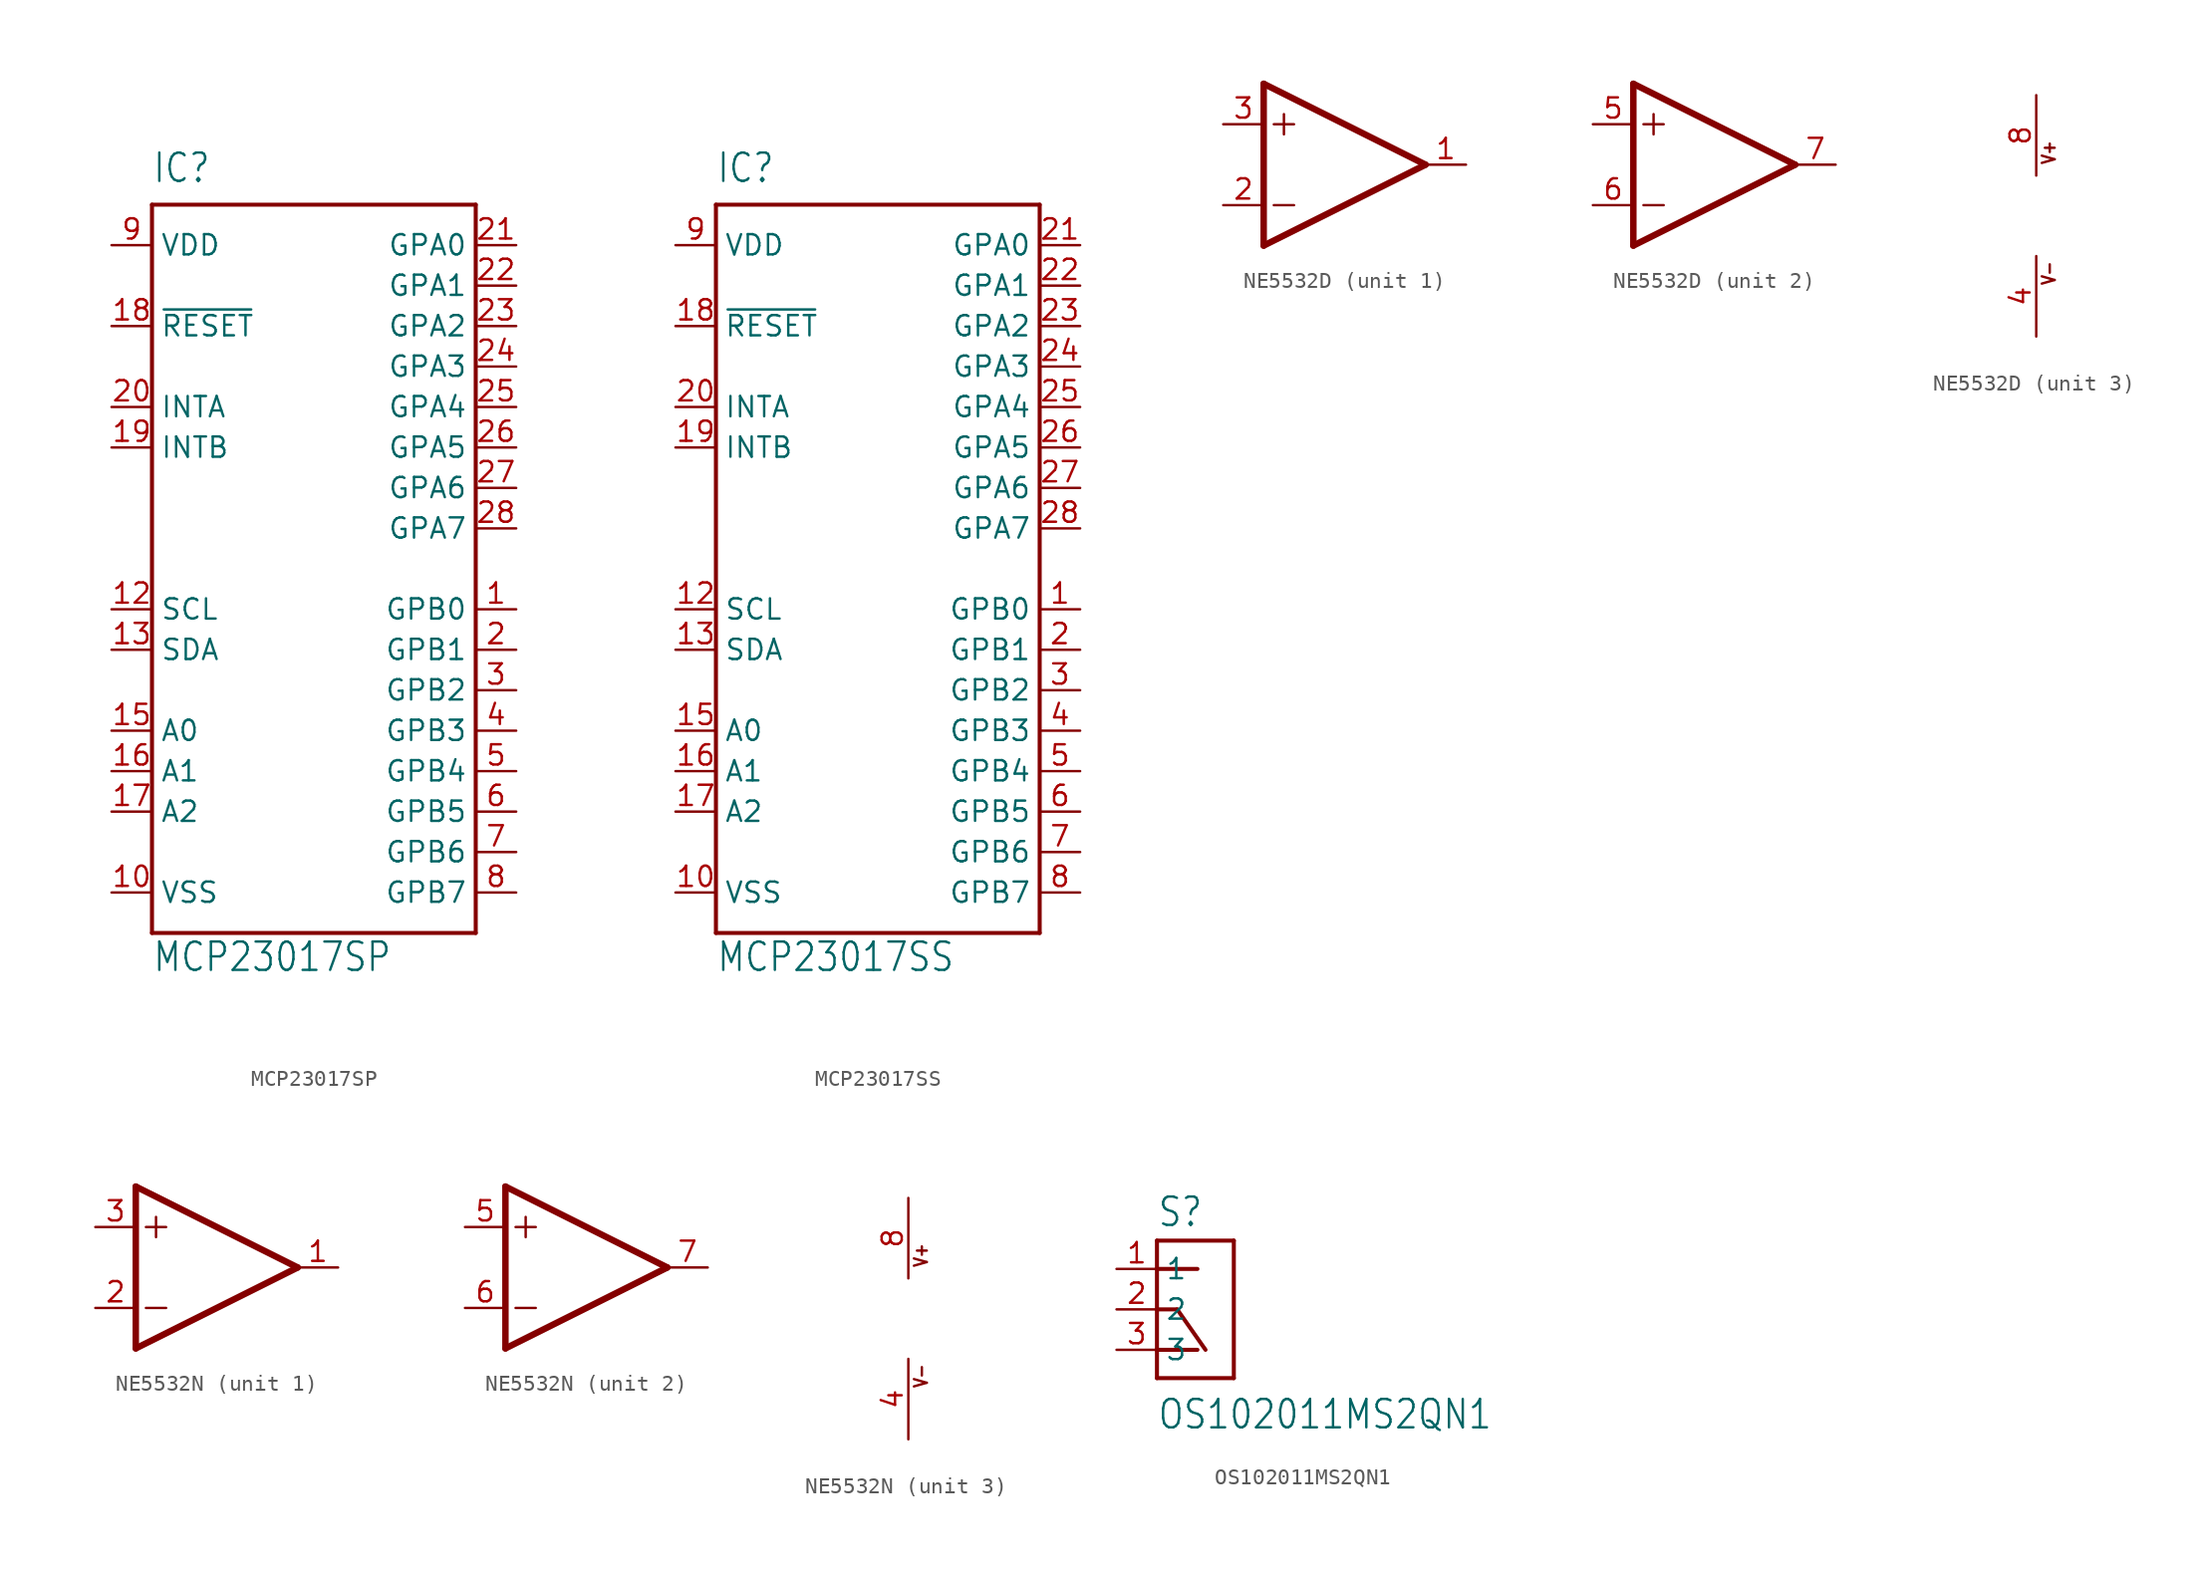
<source format=kicad_sym>
(kicad_symbol_lib
  (version 20211014)
  (generator kicad_symbol_editor)
  (symbol "MCP23017SP"
    (property "Reference" "IC"
      (at -10.16 24.13 0)
      (effects (font (size 1.778 1.511)) (justify left bottom)))
    (property "Value" "MCP23017SP"
      (at -10.16 -25.4 0)
      (effects (font (size 1.778 1.511)) (justify left bottom)))
    (property "ki_locked" ""
      (at 0 0 0)
      (effects (font (size 1.27 1.27))))
    (symbol "MCP23017SP_1_0"
      (polyline (pts (xy -10.16 -22.86) (xy -10.16 22.86)) (stroke (width 0.254) (type default) (color 0 0 0 0)) (fill (type none)))
      (polyline (pts (xy -10.16 22.86) (xy 10.16 22.86)) (stroke (width 0.254) (type default) (color 0 0 0 0)) (fill (type none)))
      (polyline (pts (xy 10.16 -22.86) (xy -10.16 -22.86)) (stroke (width 0.254) (type default) (color 0 0 0 0)) (fill (type none)))
      (polyline (pts (xy 10.16 22.86) (xy 10.16 -22.86)) (stroke (width 0.254) (type default) (color 0 0 0 0)) (fill (type none)))
      (pin bidirectional line (at 12.7 -2.54 180) (length 2.54) (name "GPB0" (effects (font (size 1.27 1.27)))) (number "1" (effects (font (size 1.27 1.27)))))
      (pin power_in line (at -12.7 -20.32 0) (length 2.54) (name "VSS" (effects (font (size 1.27 1.27)))) (number "10" (effects (font (size 1.27 1.27)))))
      (pin input line (at -12.7 -2.54 0) (length 2.54) (name "SCL" (effects (font (size 1.27 1.27)))) (number "12" (effects (font (size 1.27 1.27)))))
      (pin bidirectional line (at -12.7 -5.08 0) (length 2.54) (name "SDA" (effects (font (size 1.27 1.27)))) (number "13" (effects (font (size 1.27 1.27)))))
      (pin input line (at -12.7 -10.16 0) (length 2.54) (name "A0" (effects (font (size 1.27 1.27)))) (number "15" (effects (font (size 1.27 1.27)))))
      (pin input line (at -12.7 -12.7 0) (length 2.54) (name "A1" (effects (font (size 1.27 1.27)))) (number "16" (effects (font (size 1.27 1.27)))))
      (pin input line (at -12.7 -15.24 0) (length 2.54) (name "A2" (effects (font (size 1.27 1.27)))) (number "17" (effects (font (size 1.27 1.27)))))
      (pin input line (at -12.7 15.24 0) (length 2.54) (name "~{RESET}" (effects (font (size 1.27 1.27)))) (number "18" (effects (font (size 1.27 1.27)))))
      (pin output line (at -12.7 7.62 0) (length 2.54) (name "INTB" (effects (font (size 1.27 1.27)))) (number "19" (effects (font (size 1.27 1.27)))))
      (pin bidirectional line (at 12.7 -5.08 180) (length 2.54) (name "GPB1" (effects (font (size 1.27 1.27)))) (number "2" (effects (font (size 1.27 1.27)))))
      (pin output line (at -12.7 10.16 0) (length 2.54) (name "INTA" (effects (font (size 1.27 1.27)))) (number "20" (effects (font (size 1.27 1.27)))))
      (pin bidirectional line (at 12.7 20.32 180) (length 2.54) (name "GPA0" (effects (font (size 1.27 1.27)))) (number "21" (effects (font (size 1.27 1.27)))))
      (pin bidirectional line (at 12.7 17.78 180) (length 2.54) (name "GPA1" (effects (font (size 1.27 1.27)))) (number "22" (effects (font (size 1.27 1.27)))))
      (pin bidirectional line (at 12.7 15.24 180) (length 2.54) (name "GPA2" (effects (font (size 1.27 1.27)))) (number "23" (effects (font (size 1.27 1.27)))))
      (pin bidirectional line (at 12.7 12.7 180) (length 2.54) (name "GPA3" (effects (font (size 1.27 1.27)))) (number "24" (effects (font (size 1.27 1.27)))))
      (pin bidirectional line (at 12.7 10.16 180) (length 2.54) (name "GPA4" (effects (font (size 1.27 1.27)))) (number "25" (effects (font (size 1.27 1.27)))))
      (pin bidirectional line (at 12.7 7.62 180) (length 2.54) (name "GPA5" (effects (font (size 1.27 1.27)))) (number "26" (effects (font (size 1.27 1.27)))))
      (pin bidirectional line (at 12.7 5.08 180) (length 2.54) (name "GPA6" (effects (font (size 1.27 1.27)))) (number "27" (effects (font (size 1.27 1.27)))))
      (pin bidirectional line (at 12.7 2.54 180) (length 2.54) (name "GPA7" (effects (font (size 1.27 1.27)))) (number "28" (effects (font (size 1.27 1.27)))))
      (pin bidirectional line (at 12.7 -7.62 180) (length 2.54) (name "GPB2" (effects (font (size 1.27 1.27)))) (number "3" (effects (font (size 1.27 1.27)))))
      (pin bidirectional line (at 12.7 -10.16 180) (length 2.54) (name "GPB3" (effects (font (size 1.27 1.27)))) (number "4" (effects (font (size 1.27 1.27)))))
      (pin bidirectional line (at 12.7 -12.7 180) (length 2.54) (name "GPB4" (effects (font (size 1.27 1.27)))) (number "5" (effects (font (size 1.27 1.27)))))
      (pin bidirectional line (at 12.7 -15.24 180) (length 2.54) (name "GPB5" (effects (font (size 1.27 1.27)))) (number "6" (effects (font (size 1.27 1.27)))))
      (pin bidirectional line (at 12.7 -17.78 180) (length 2.54) (name "GPB6" (effects (font (size 1.27 1.27)))) (number "7" (effects (font (size 1.27 1.27)))))
      (pin bidirectional line (at 12.7 -20.32 180) (length 2.54) (name "GPB7" (effects (font (size 1.27 1.27)))) (number "8" (effects (font (size 1.27 1.27)))))
      (pin power_in line (at -12.7 20.32 0) (length 2.54) (name "VDD" (effects (font (size 1.27 1.27)))) (number "9" (effects (font (size 1.27 1.27)))))))
  (symbol "MCP23017SS"
    (property "Reference" "IC"
      (at -10.16 24.13 0)
      (effects (font (size 1.778 1.511)) (justify left bottom)))
    (property "Value" "MCP23017SS"
      (at -10.16 -25.4 0)
      (effects (font (size 1.778 1.511)) (justify left bottom)))
    (property "ki_locked" ""
      (at 0 0 0)
      (effects (font (size 1.27 1.27))))
    (symbol "MCP23017SS_1_0"
      (polyline (pts (xy -10.16 -22.86) (xy -10.16 22.86)) (stroke (width 0.254) (type default) (color 0 0 0 0)) (fill (type none)))
      (polyline (pts (xy -10.16 22.86) (xy 10.16 22.86)) (stroke (width 0.254) (type default) (color 0 0 0 0)) (fill (type none)))
      (polyline (pts (xy 10.16 -22.86) (xy -10.16 -22.86)) (stroke (width 0.254) (type default) (color 0 0 0 0)) (fill (type none)))
      (polyline (pts (xy 10.16 22.86) (xy 10.16 -22.86)) (stroke (width 0.254) (type default) (color 0 0 0 0)) (fill (type none)))
      (pin bidirectional line (at 12.7 -2.54 180) (length 2.54) (name "GPB0" (effects (font (size 1.27 1.27)))) (number "1" (effects (font (size 1.27 1.27)))))
      (pin power_in line (at -12.7 -20.32 0) (length 2.54) (name "VSS" (effects (font (size 1.27 1.27)))) (number "10" (effects (font (size 1.27 1.27)))))
      (pin input line (at -12.7 -2.54 0) (length 2.54) (name "SCL" (effects (font (size 1.27 1.27)))) (number "12" (effects (font (size 1.27 1.27)))))
      (pin bidirectional line (at -12.7 -5.08 0) (length 2.54) (name "SDA" (effects (font (size 1.27 1.27)))) (number "13" (effects (font (size 1.27 1.27)))))
      (pin input line (at -12.7 -10.16 0) (length 2.54) (name "A0" (effects (font (size 1.27 1.27)))) (number "15" (effects (font (size 1.27 1.27)))))
      (pin input line (at -12.7 -12.7 0) (length 2.54) (name "A1" (effects (font (size 1.27 1.27)))) (number "16" (effects (font (size 1.27 1.27)))))
      (pin input line (at -12.7 -15.24 0) (length 2.54) (name "A2" (effects (font (size 1.27 1.27)))) (number "17" (effects (font (size 1.27 1.27)))))
      (pin input line (at -12.7 15.24 0) (length 2.54) (name "~{RESET}" (effects (font (size 1.27 1.27)))) (number "18" (effects (font (size 1.27 1.27)))))
      (pin output line (at -12.7 7.62 0) (length 2.54) (name "INTB" (effects (font (size 1.27 1.27)))) (number "19" (effects (font (size 1.27 1.27)))))
      (pin bidirectional line (at 12.7 -5.08 180) (length 2.54) (name "GPB1" (effects (font (size 1.27 1.27)))) (number "2" (effects (font (size 1.27 1.27)))))
      (pin output line (at -12.7 10.16 0) (length 2.54) (name "INTA" (effects (font (size 1.27 1.27)))) (number "20" (effects (font (size 1.27 1.27)))))
      (pin bidirectional line (at 12.7 20.32 180) (length 2.54) (name "GPA0" (effects (font (size 1.27 1.27)))) (number "21" (effects (font (size 1.27 1.27)))))
      (pin bidirectional line (at 12.7 17.78 180) (length 2.54) (name "GPA1" (effects (font (size 1.27 1.27)))) (number "22" (effects (font (size 1.27 1.27)))))
      (pin bidirectional line (at 12.7 15.24 180) (length 2.54) (name "GPA2" (effects (font (size 1.27 1.27)))) (number "23" (effects (font (size 1.27 1.27)))))
      (pin bidirectional line (at 12.7 12.7 180) (length 2.54) (name "GPA3" (effects (font (size 1.27 1.27)))) (number "24" (effects (font (size 1.27 1.27)))))
      (pin bidirectional line (at 12.7 10.16 180) (length 2.54) (name "GPA4" (effects (font (size 1.27 1.27)))) (number "25" (effects (font (size 1.27 1.27)))))
      (pin bidirectional line (at 12.7 7.62 180) (length 2.54) (name "GPA5" (effects (font (size 1.27 1.27)))) (number "26" (effects (font (size 1.27 1.27)))))
      (pin bidirectional line (at 12.7 5.08 180) (length 2.54) (name "GPA6" (effects (font (size 1.27 1.27)))) (number "27" (effects (font (size 1.27 1.27)))))
      (pin bidirectional line (at 12.7 2.54 180) (length 2.54) (name "GPA7" (effects (font (size 1.27 1.27)))) (number "28" (effects (font (size 1.27 1.27)))))
      (pin bidirectional line (at 12.7 -7.62 180) (length 2.54) (name "GPB2" (effects (font (size 1.27 1.27)))) (number "3" (effects (font (size 1.27 1.27)))))
      (pin bidirectional line (at 12.7 -10.16 180) (length 2.54) (name "GPB3" (effects (font (size 1.27 1.27)))) (number "4" (effects (font (size 1.27 1.27)))))
      (pin bidirectional line (at 12.7 -12.7 180) (length 2.54) (name "GPB4" (effects (font (size 1.27 1.27)))) (number "5" (effects (font (size 1.27 1.27)))))
      (pin bidirectional line (at 12.7 -15.24 180) (length 2.54) (name "GPB5" (effects (font (size 1.27 1.27)))) (number "6" (effects (font (size 1.27 1.27)))))
      (pin bidirectional line (at 12.7 -17.78 180) (length 2.54) (name "GPB6" (effects (font (size 1.27 1.27)))) (number "7" (effects (font (size 1.27 1.27)))))
      (pin bidirectional line (at 12.7 -20.32 180) (length 2.54) (name "GPB7" (effects (font (size 1.27 1.27)))) (number "8" (effects (font (size 1.27 1.27)))))
      (pin power_in line (at -12.7 20.32 0) (length 2.54) (name "VDD" (effects (font (size 1.27 1.27)))) (number "9" (effects (font (size 1.27 1.27)))))))
  (symbol "NE5532D"
    (property "Reference" "IC"
      (at 2.54 3.175 0)
      (effects (font (size 1.778 1.511)) (justify left bottom) hide))
    (property "ki_locked" ""
      (at 0 0 0)
      (effects (font (size 1.27 1.27))))
    (symbol "NE5532D_1_0"
      (polyline (pts (xy -5.08 -5.08) (xy 5.08 0)) (stroke (width 0.406) (type default) (color 0 0 0 0)) (fill (type none)))
      (polyline (pts (xy -5.08 5.08) (xy -5.08 -5.08)) (stroke (width 0.406) (type default) (color 0 0 0 0)) (fill (type none)))
      (polyline (pts (xy -4.445 -2.54) (xy -3.175 -2.54)) (stroke (width 0.152) (type default) (color 0 0 0 0)) (fill (type none)))
      (polyline (pts (xy -4.445 2.54) (xy -3.175 2.54)) (stroke (width 0.152) (type default) (color 0 0 0 0)) (fill (type none)))
      (polyline (pts (xy -3.81 3.175) (xy -3.81 1.905)) (stroke (width 0.152) (type default) (color 0 0 0 0)) (fill (type none)))
      (polyline (pts (xy 5.08 0) (xy -5.08 5.08)) (stroke (width 0.406) (type default) (color 0 0 0 0)) (fill (type none)))
      (pin output line (at 7.62 0 180) (length 2.54) (name "OUT" (effects (font (size 0 0)))) (number "1" (effects (font (size 1.27 1.27)))))
      (pin input line (at -7.62 -2.54 0) (length 2.54) (name "-IN" (effects (font (size 0 0)))) (number "2" (effects (font (size 1.27 1.27)))))
      (pin input line (at -7.62 2.54 0) (length 2.54) (name "+IN" (effects (font (size 0 0)))) (number "3" (effects (font (size 1.27 1.27))))))
    (symbol "NE5532D_2_0"
      (polyline (pts (xy -5.08 -5.08) (xy 5.08 0)) (stroke (width 0.406) (type default) (color 0 0 0 0)) (fill (type none)))
      (polyline (pts (xy -5.08 5.08) (xy -5.08 -5.08)) (stroke (width 0.406) (type default) (color 0 0 0 0)) (fill (type none)))
      (polyline (pts (xy -4.445 -2.54) (xy -3.175 -2.54)) (stroke (width 0.152) (type default) (color 0 0 0 0)) (fill (type none)))
      (polyline (pts (xy -4.445 2.54) (xy -3.175 2.54)) (stroke (width 0.152) (type default) (color 0 0 0 0)) (fill (type none)))
      (polyline (pts (xy -3.81 3.175) (xy -3.81 1.905)) (stroke (width 0.152) (type default) (color 0 0 0 0)) (fill (type none)))
      (polyline (pts (xy 5.08 0) (xy -5.08 5.08)) (stroke (width 0.406) (type default) (color 0 0 0 0)) (fill (type none)))
      (pin input line (at -7.62 2.54 0) (length 2.54) (name "+IN" (effects (font (size 0 0)))) (number "5" (effects (font (size 1.27 1.27)))))
      (pin input line (at -7.62 -2.54 0) (length 2.54) (name "-IN" (effects (font (size 0 0)))) (number "6" (effects (font (size 1.27 1.27)))))
      (pin output line (at 7.62 0 180) (length 2.54) (name "OUT" (effects (font (size 0 0)))) (number "7" (effects (font (size 1.27 1.27))))))
    (symbol "NE5532D_3_0"
      (text "V+" (at 1.27 3.175 900) (effects (font (size 0.813 0.691)) (justify left bottom)))
      (text "V-" (at 1.27 -4.445 900) (effects (font (size 0.813 0.691)) (justify left bottom)))
      (pin power_in line (at 0 -7.62 90) (length 5.08) (name "V-" (effects (font (size 0 0)))) (number "4" (effects (font (size 1.27 1.27)))))
      (pin power_in line (at 0 7.62 270) (length 5.08) (name "V+" (effects (font (size 0 0)))) (number "8" (effects (font (size 1.27 1.27)))))))
  (symbol "NE5532N"
    (property "Reference" "IC"
      (at 2.54 3.175 0)
      (effects (font (size 1.778 1.511)) (justify left bottom) hide))
    (property "ki_locked" ""
      (at 0 0 0)
      (effects (font (size 1.27 1.27))))
    (symbol "NE5532N_1_0"
      (polyline (pts (xy -5.08 -5.08) (xy 5.08 0)) (stroke (width 0.406) (type default) (color 0 0 0 0)) (fill (type none)))
      (polyline (pts (xy -5.08 5.08) (xy -5.08 -5.08)) (stroke (width 0.406) (type default) (color 0 0 0 0)) (fill (type none)))
      (polyline (pts (xy -4.445 -2.54) (xy -3.175 -2.54)) (stroke (width 0.152) (type default) (color 0 0 0 0)) (fill (type none)))
      (polyline (pts (xy -4.445 2.54) (xy -3.175 2.54)) (stroke (width 0.152) (type default) (color 0 0 0 0)) (fill (type none)))
      (polyline (pts (xy -3.81 3.175) (xy -3.81 1.905)) (stroke (width 0.152) (type default) (color 0 0 0 0)) (fill (type none)))
      (polyline (pts (xy 5.08 0) (xy -5.08 5.08)) (stroke (width 0.406) (type default) (color 0 0 0 0)) (fill (type none)))
      (pin output line (at 7.62 0 180) (length 2.54) (name "OUT" (effects (font (size 0 0)))) (number "1" (effects (font (size 1.27 1.27)))))
      (pin input line (at -7.62 -2.54 0) (length 2.54) (name "-IN" (effects (font (size 0 0)))) (number "2" (effects (font (size 1.27 1.27)))))
      (pin input line (at -7.62 2.54 0) (length 2.54) (name "+IN" (effects (font (size 0 0)))) (number "3" (effects (font (size 1.27 1.27))))))
    (symbol "NE5532N_2_0"
      (polyline (pts (xy -5.08 -5.08) (xy 5.08 0)) (stroke (width 0.406) (type default) (color 0 0 0 0)) (fill (type none)))
      (polyline (pts (xy -5.08 5.08) (xy -5.08 -5.08)) (stroke (width 0.406) (type default) (color 0 0 0 0)) (fill (type none)))
      (polyline (pts (xy -4.445 -2.54) (xy -3.175 -2.54)) (stroke (width 0.152) (type default) (color 0 0 0 0)) (fill (type none)))
      (polyline (pts (xy -4.445 2.54) (xy -3.175 2.54)) (stroke (width 0.152) (type default) (color 0 0 0 0)) (fill (type none)))
      (polyline (pts (xy -3.81 3.175) (xy -3.81 1.905)) (stroke (width 0.152) (type default) (color 0 0 0 0)) (fill (type none)))
      (polyline (pts (xy 5.08 0) (xy -5.08 5.08)) (stroke (width 0.406) (type default) (color 0 0 0 0)) (fill (type none)))
      (pin input line (at -7.62 2.54 0) (length 2.54) (name "+IN" (effects (font (size 0 0)))) (number "5" (effects (font (size 1.27 1.27)))))
      (pin input line (at -7.62 -2.54 0) (length 2.54) (name "-IN" (effects (font (size 0 0)))) (number "6" (effects (font (size 1.27 1.27)))))
      (pin output line (at 7.62 0 180) (length 2.54) (name "OUT" (effects (font (size 0 0)))) (number "7" (effects (font (size 1.27 1.27))))))
    (symbol "NE5532N_3_0"
      (text "V+" (at 1.27 3.175 900) (effects (font (size 0.813 0.691)) (justify left bottom)))
      (text "V-" (at 1.27 -4.445 900) (effects (font (size 0.813 0.691)) (justify left bottom)))
      (pin power_in line (at 0 -7.62 90) (length 5.08) (name "V-" (effects (font (size 0 0)))) (number "4" (effects (font (size 1.27 1.27)))))
      (pin power_in line (at 0 7.62 270) (length 5.08) (name "V+" (effects (font (size 0 0)))) (number "8" (effects (font (size 1.27 1.27)))))))
  (symbol "OS102011MS2QN1"
    (property "Reference" "S"
      (at -2.541 5.082 0)
      (effects (font (size 1.779 1.512)) (justify left bottom)))
    (property "Value" "OS102011MS2QN1"
      (at -2.544 -7.632 0)
      (effects (font (size 1.781 1.514)) (justify left bottom)))
    (property "ki_locked" ""
      (at 0 0 0)
      (effects (font (size 1.27 1.27))))
    (symbol "OS102011MS2QN1_1_0"
      (polyline (pts (xy -2.54 -4.318) (xy 2.286 -4.318)) (stroke (width 0.254) (type default) (color 0 0 0 0)) (fill (type none)))
      (polyline (pts (xy -2.54 -2.54) (xy -2.54 -4.318)) (stroke (width 0.254) (type default) (color 0 0 0 0)) (fill (type none)))
      (polyline (pts (xy -2.54 -2.54) (xy 0 -2.54)) (stroke (width 0.254) (type default) (color 0 0 0 0)) (fill (type none)))
      (polyline (pts (xy -2.54 0) (xy -2.54 -2.54)) (stroke (width 0.254) (type default) (color 0 0 0 0)) (fill (type none)))
      (polyline (pts (xy -2.54 0) (xy -1.27 0)) (stroke (width 0.254) (type default) (color 0 0 0 0)) (fill (type none)))
      (polyline (pts (xy -2.54 2.54) (xy -2.54 0)) (stroke (width 0.254) (type default) (color 0 0 0 0)) (fill (type none)))
      (polyline (pts (xy -2.54 2.54) (xy 0 2.54)) (stroke (width 0.254) (type default) (color 0 0 0 0)) (fill (type none)))
      (polyline (pts (xy -2.54 4.318) (xy -2.54 2.54)) (stroke (width 0.254) (type default) (color 0 0 0 0)) (fill (type none)))
      (polyline (pts (xy -1.27 0) (xy 0.508 -2.54)) (stroke (width 0.254) (type default) (color 0 0 0 0)) (fill (type none)))
      (polyline (pts (xy 2.286 -4.318) (xy 2.286 4.318)) (stroke (width 0.254) (type default) (color 0 0 0 0)) (fill (type none)))
      (polyline (pts (xy 2.286 4.318) (xy -2.54 4.318)) (stroke (width 0.254) (type default) (color 0 0 0 0)) (fill (type none)))
      (pin passive line (at -5.08 2.54 0) (length 2.54) (name "1" (effects (font (size 1.27 1.27)))) (number "1" (effects (font (size 1.27 1.27)))))
      (pin passive line (at -5.08 0 0) (length 2.54) (name "2" (effects (font (size 1.27 1.27)))) (number "2" (effects (font (size 1.27 1.27)))))
      (pin passive line (at -5.08 -2.54 0) (length 2.54) (name "3" (effects (font (size 1.27 1.27)))) (number "3" (effects (font (size 1.27 1.27))))))))
</source>
